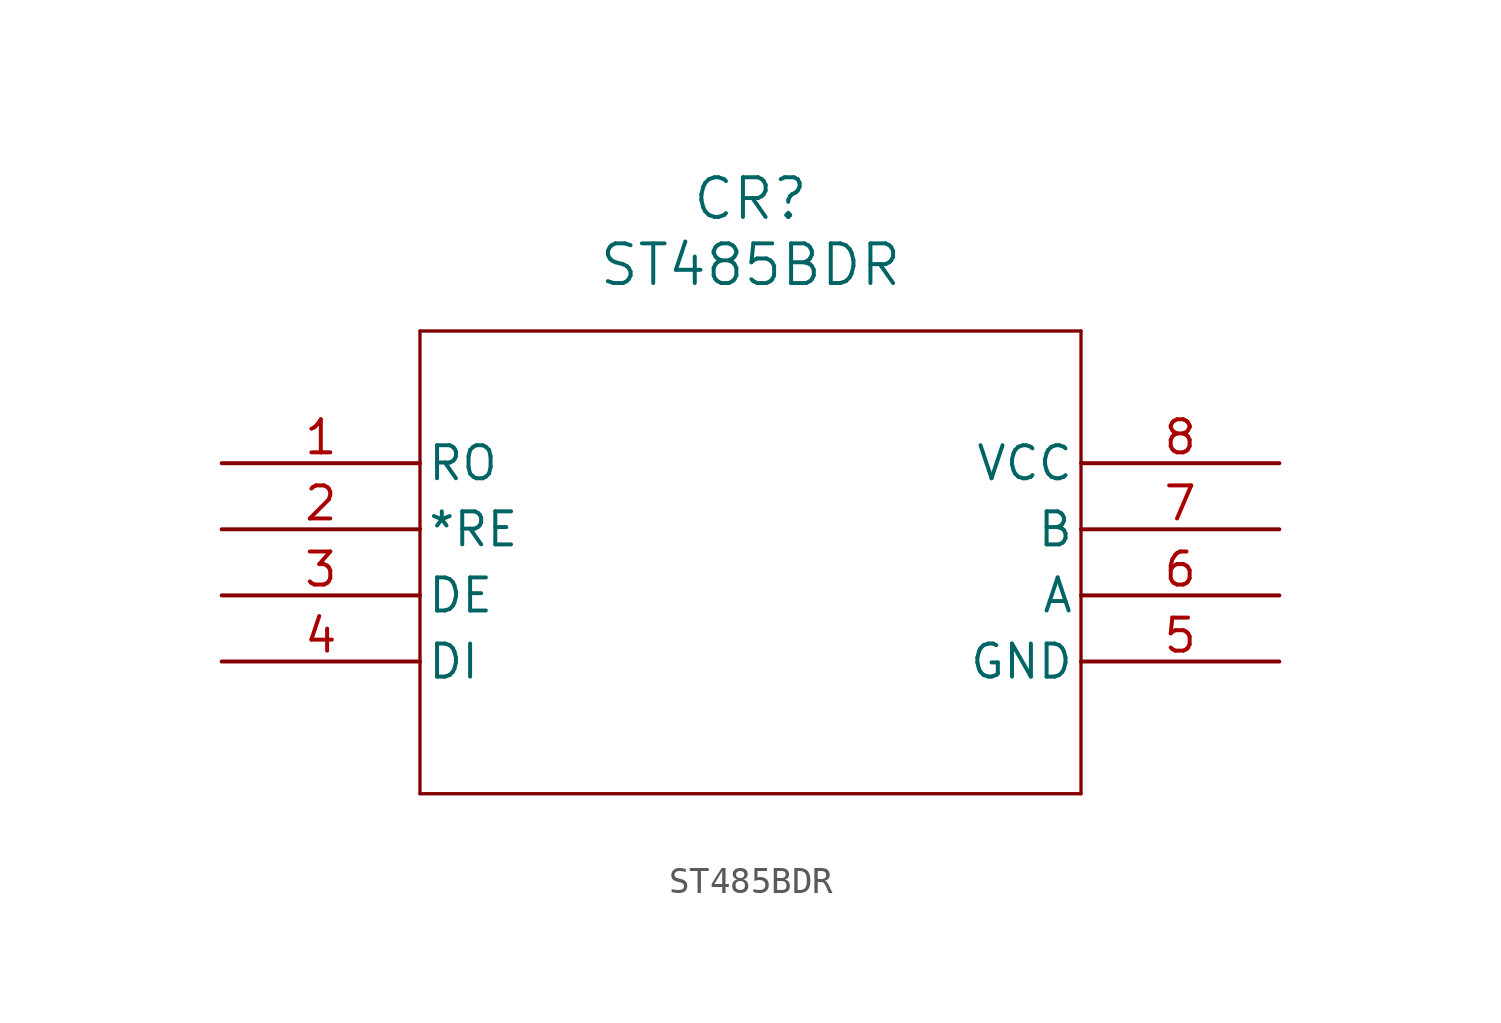
<source format=kicad_sym>
(kicad_symbol_lib
  (version 20211014)
  (generator kicad_symbol_editor)
  (symbol "ST485BDR"
    (pin_names
      (offset 0.254))
    (property "Reference" "CR"
      (at 20.32 10.16 0)
      (effects (font (size 1.524 1.524))))
    (property "Value" "ST485BDR"
      (at 20.32 7.62 0)
      (effects (font (size 1.524 1.524))))
    (symbol "ST485BDR_0_1"
      (polyline (pts (xy 7.62 5.08) (xy 7.62 -12.7)) (stroke (width 0.127) (type default) (color 0 0 0 0)) (fill (type none)))
      (polyline (pts (xy 7.62 -12.7) (xy 33.02 -12.7)) (stroke (width 0.127) (type default) (color 0 0 0 0)) (fill (type none)))
      (polyline (pts (xy 33.02 -12.7) (xy 33.02 5.08)) (stroke (width 0.127) (type default) (color 0 0 0 0)) (fill (type none)))
      (polyline (pts (xy 33.02 5.08) (xy 7.62 5.08)) (stroke (width 0.127) (type default) (color 0 0 0 0)) (fill (type none)))
      (pin output line (at 0 0 0) (length 7.62) (name "RO" (effects (font (size 1.27 1.27)))) (number "1" (effects (font (size 1.27 1.27)))))
      (pin output line (at 0 -2.54 0) (length 7.62) (name "*RE" (effects (font (size 1.27 1.27)))) (number "2" (effects (font (size 1.27 1.27)))))
      (pin output line (at 0 -5.08 0) (length 7.62) (name "DE" (effects (font (size 1.27 1.27)))) (number "3" (effects (font (size 1.27 1.27)))))
      (pin input line (at 0 -7.62 0) (length 7.62) (name "DI" (effects (font (size 1.27 1.27)))) (number "4" (effects (font (size 1.27 1.27)))))
      (pin power_in line (at 40.64 -7.62 180) (length 7.62) (name "GND" (effects (font (size 1.27 1.27)))) (number "5" (effects (font (size 1.27 1.27)))))
      (pin bidirectional line (at 40.64 -5.08 180) (length 7.62) (name "A" (effects (font (size 1.27 1.27)))) (number "6" (effects (font (size 1.27 1.27)))))
      (pin bidirectional line (at 40.64 -2.54 180) (length 7.62) (name "B" (effects (font (size 1.27 1.27)))) (number "7" (effects (font (size 1.27 1.27)))))
      (pin power_in line (at 40.64 0 180) (length 7.62) (name "VCC" (effects (font (size 1.27 1.27)))) (number "8" (effects (font (size 1.27 1.27))))))))
</source>
